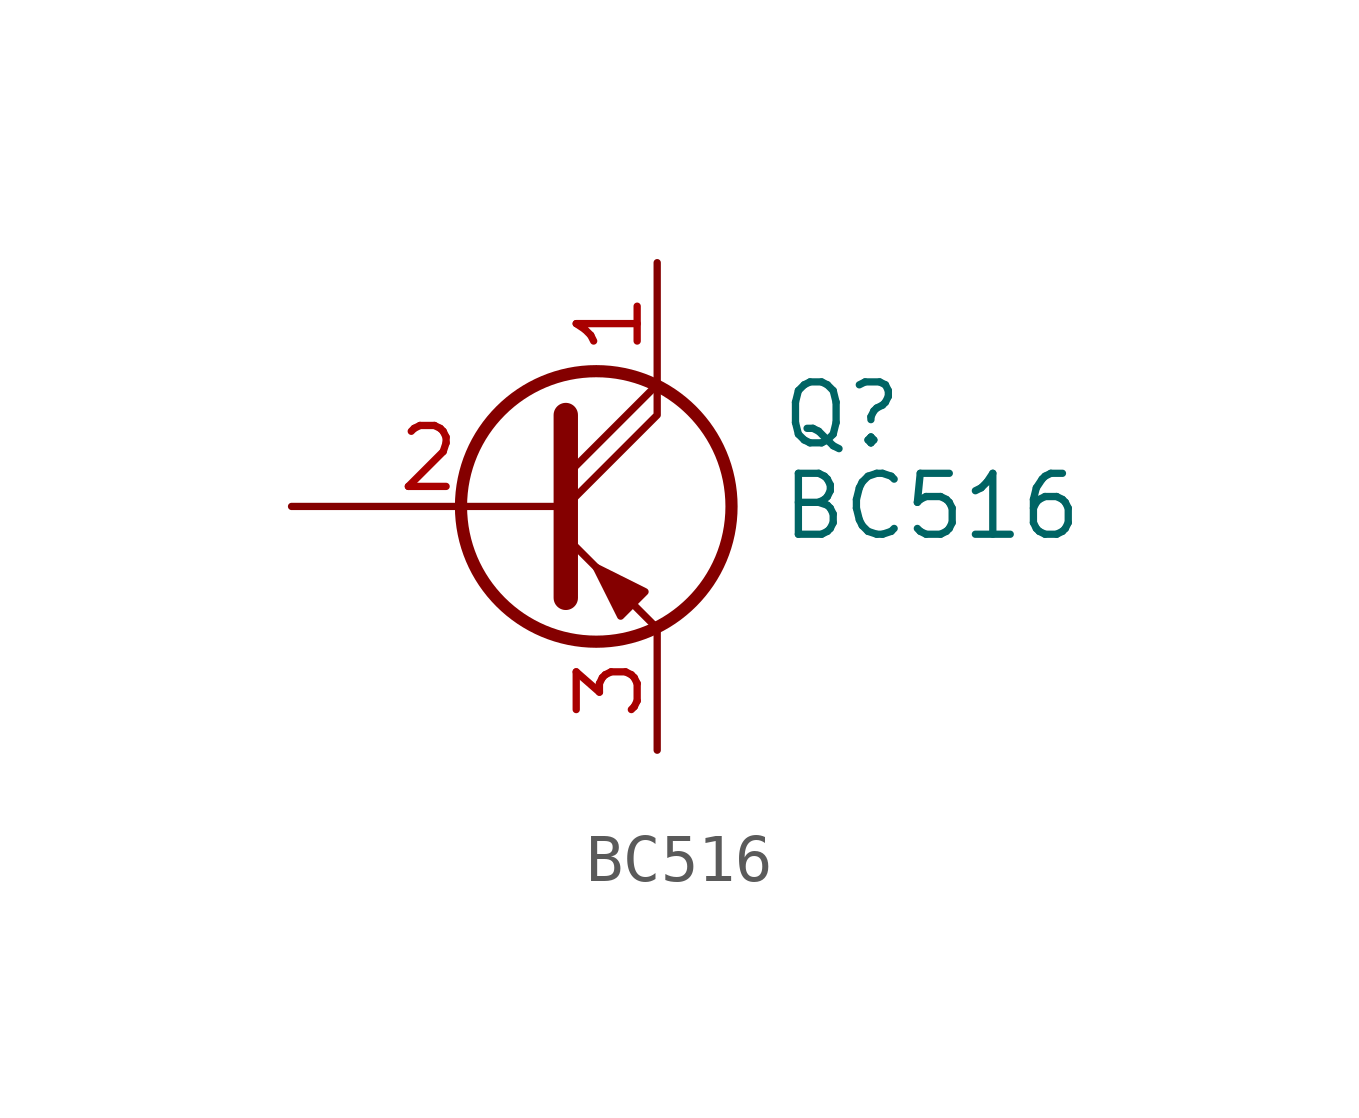
<source format=kicad_sym>
(kicad_symbol_lib
  (version 20211014)
  (generator kicad_symbol_editor)
  (symbol "BC516"
    (pin_names
      (offset 0) hide)
    (property "Reference" "Q"
      (at 5.08 1.905 0)
      (effects (font (size 1.27 1.27)) (justify left)))
    (property "Value" "BC516"
      (at 5.08 0 0)
      (effects (font (size 1.27 1.27)) (justify left)))
    (symbol "BC516_0_1"
      (polyline (pts (xy 0.635 0.635) (xy 2.54 2.54)) (stroke (width 0) (type default) (color 0 0 0 0)) (fill (type none)))
      (polyline (pts (xy 0.635 -0.635) (xy 2.54 -2.54) (xy 2.54 -2.54)) (stroke (width 0) (type default) (color 0 0 0 0)) (fill (type none)))
      (polyline (pts (xy 0.635 0) (xy 2.54 1.905) (xy 2.54 2.54)) (stroke (width 0) (type default) (color 0 0 0 0)) (fill (type none)))
      (polyline (pts (xy 0.635 1.905) (xy 0.635 -1.905) (xy 0.635 -1.905)) (stroke (width 0.508) (type default) (color 0 0 0 0)) (fill (type none)))
      (polyline (pts (xy 2.286 -1.778) (xy 1.778 -2.286) (xy 1.27 -1.27) (xy 2.286 -1.778) (xy 2.286 -1.778)) (stroke (width 0) (type default) (color 0 0 0 0)) (fill (type outline)))
      (circle (center 1.27 0) (radius 2.819) (stroke (width 0.254) (type default) (color 0 0 0 0)) (fill (type none))))
    (symbol "BC516_1_1"
      (pin passive line (at 2.54 5.08 270) (length 2.54) (name "C" (effects (font (size 1.27 1.27)))) (number "1" (effects (font (size 1.27 1.27)))))
      (pin input line (at -5.08 0 0) (length 5.715) (name "B" (effects (font (size 1.27 1.27)))) (number "2" (effects (font (size 1.27 1.27)))))
      (pin passive line (at 2.54 -5.08 90) (length 2.54) (name "E" (effects (font (size 1.27 1.27)))) (number "3" (effects (font (size 1.27 1.27))))))))
</source>
